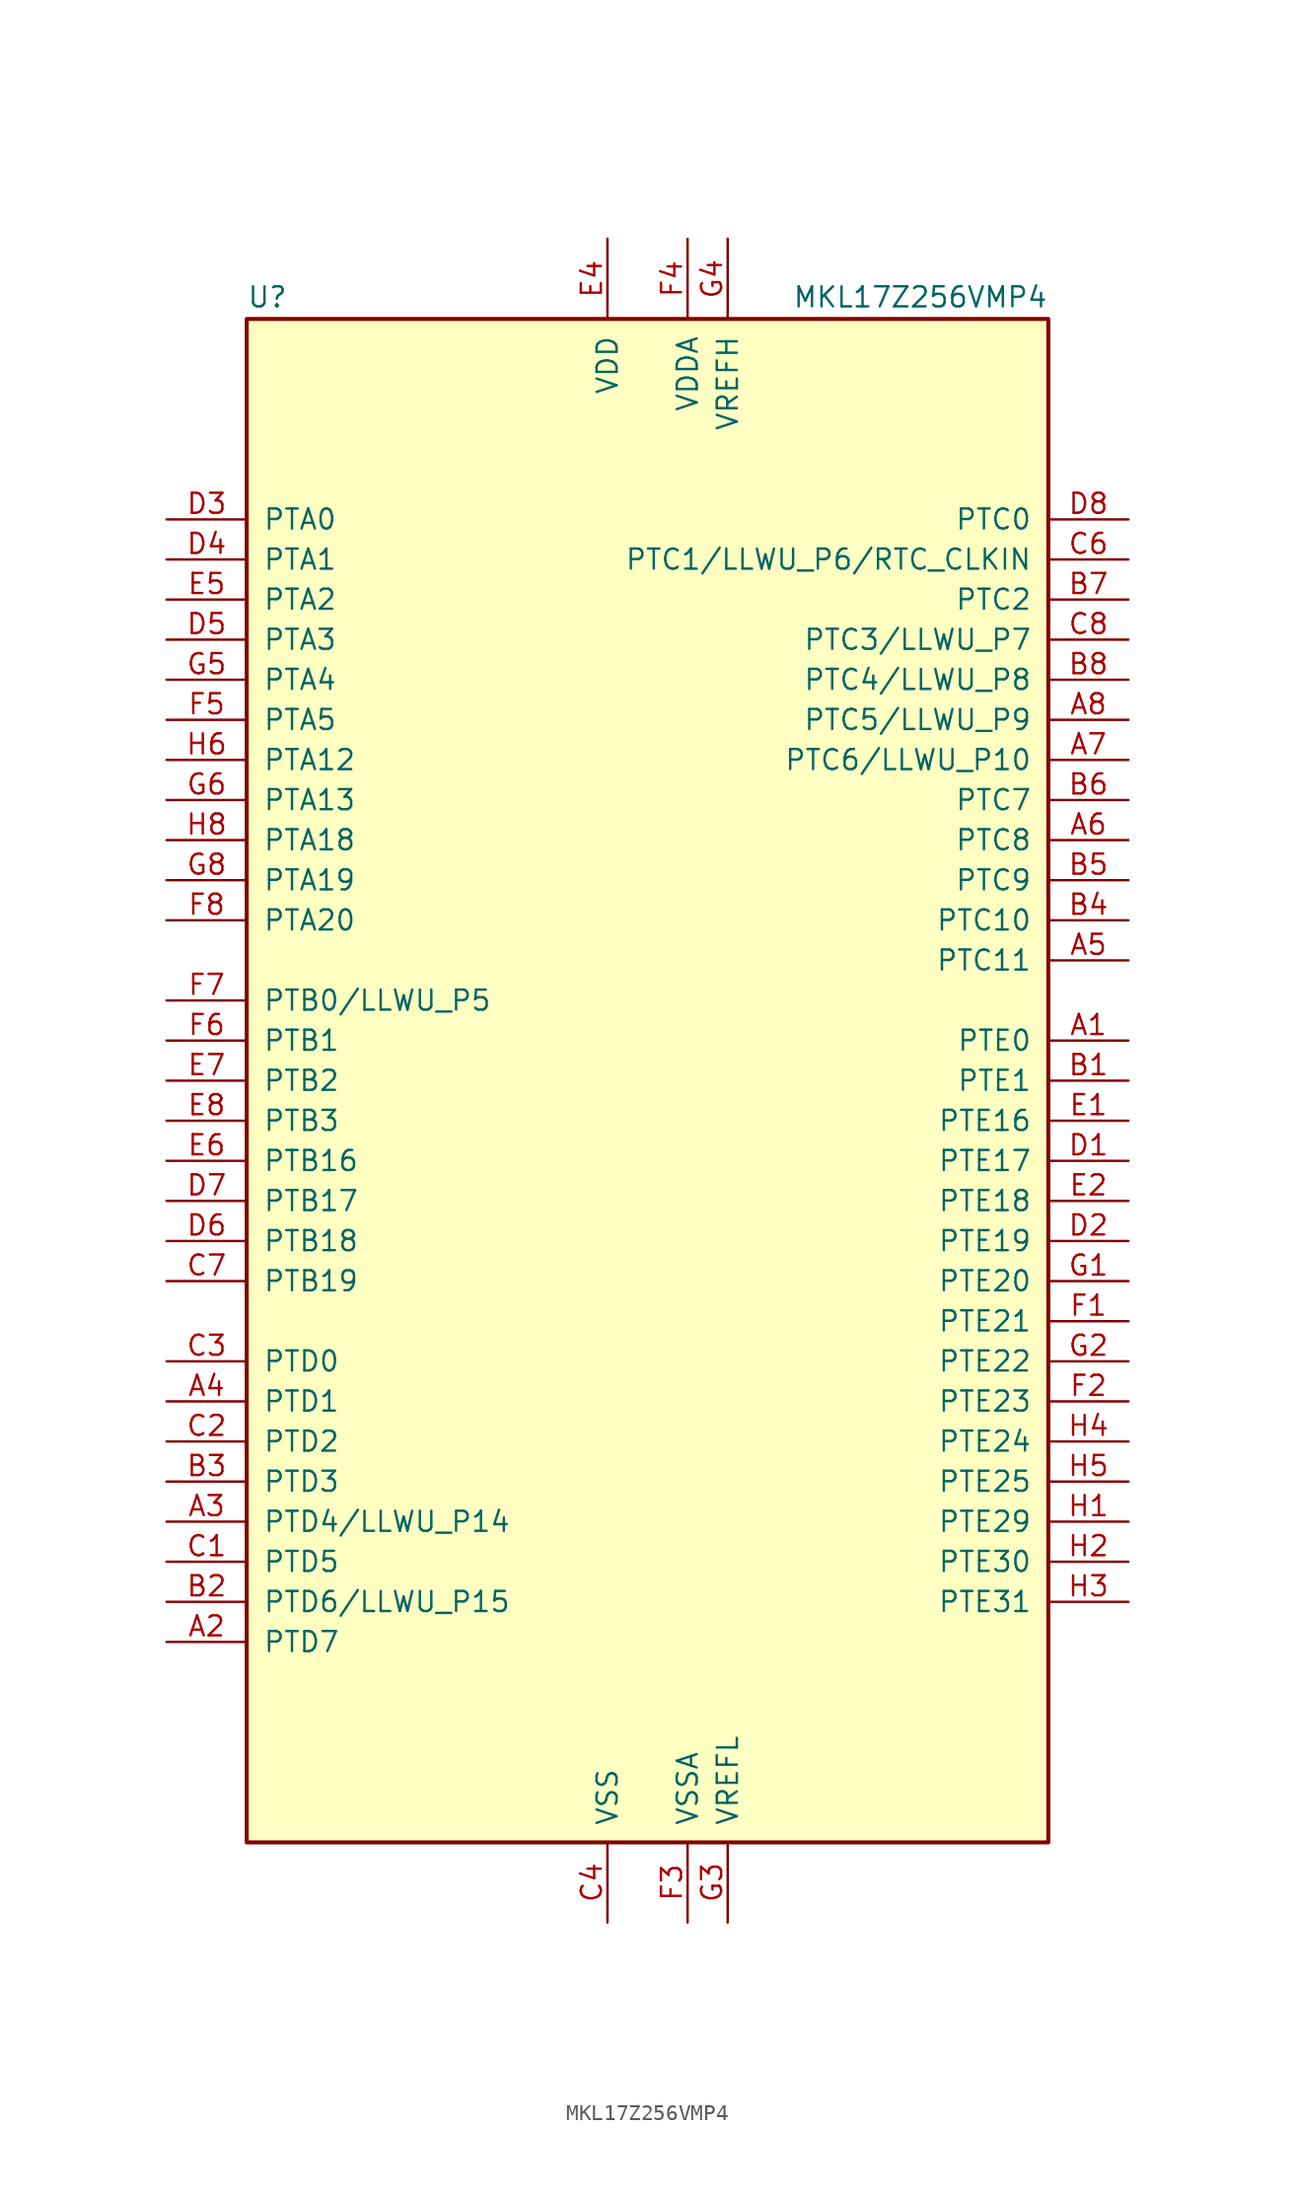
<source format=kicad_sym>
(kicad_symbol_lib
  (version 20241209)
  (generator "kicad_symbol_editor")
  (generator_version "9.0")
  (symbol "MKL17Z256VMP4"
    (pin_names
      (offset 1.016))
    (property "Reference" "U"
      (at -25.4 48.895 0)
      (effects (font (size 1.27 1.27)) (justify left bottom)))
    (property "Value" "MKL17Z256VMP4"
      (at 25.4 48.895 0)
      (effects (font (size 1.27 1.27)) (justify right bottom)))
    (symbol "MKL17Z256VMP4_0_1"
      (rectangle (start -25.4 48.26) (end 25.4 -48.26) (stroke (width 0.254) (type default)) (fill (type background))))
    (symbol "MKL17Z256VMP4_1_1"
      (pin bidirectional line (at -30.48 35.56 0) (length 5.08) (name "PTA0" (effects (font (size 1.27 1.27)))) (number "D3" (effects (font (size 1.27 1.27)))))
      (pin bidirectional line (at -30.48 33.02 0) (length 5.08) (name "PTA1" (effects (font (size 1.27 1.27)))) (number "D4" (effects (font (size 1.27 1.27)))))
      (pin bidirectional line (at -30.48 30.48 0) (length 5.08) (name "PTA2" (effects (font (size 1.27 1.27)))) (number "E5" (effects (font (size 1.27 1.27)))))
      (pin bidirectional line (at -30.48 27.94 0) (length 5.08) (name "PTA3" (effects (font (size 1.27 1.27)))) (number "D5" (effects (font (size 1.27 1.27)))))
      (pin bidirectional line (at -30.48 25.4 0) (length 5.08) (name "PTA4" (effects (font (size 1.27 1.27)))) (number "G5" (effects (font (size 1.27 1.27)))))
      (pin bidirectional line (at -30.48 22.86 0) (length 5.08) (name "PTA5" (effects (font (size 1.27 1.27)))) (number "F5" (effects (font (size 1.27 1.27)))))
      (pin bidirectional line (at -30.48 20.32 0) (length 5.08) (name "PTA12" (effects (font (size 1.27 1.27)))) (number "H6" (effects (font (size 1.27 1.27)))))
      (pin bidirectional line (at -30.48 17.78 0) (length 5.08) (name "PTA13" (effects (font (size 1.27 1.27)))) (number "G6" (effects (font (size 1.27 1.27)))))
      (pin bidirectional line (at -30.48 15.24 0) (length 5.08) (name "PTA18" (effects (font (size 1.27 1.27)))) (number "H8" (effects (font (size 1.27 1.27)))))
      (pin bidirectional line (at -30.48 12.7 0) (length 5.08) (name "PTA19" (effects (font (size 1.27 1.27)))) (number "G8" (effects (font (size 1.27 1.27)))))
      (pin bidirectional line (at -30.48 10.16 0) (length 5.08) (name "PTA20" (effects (font (size 1.27 1.27)))) (number "F8" (effects (font (size 1.27 1.27)))))
      (pin bidirectional line (at -30.48 5.08 0) (length 5.08) (name "PTB0/LLWU_P5" (effects (font (size 1.27 1.27)))) (number "F7" (effects (font (size 1.27 1.27)))))
      (pin bidirectional line (at -30.48 2.54 0) (length 5.08) (name "PTB1" (effects (font (size 1.27 1.27)))) (number "F6" (effects (font (size 1.27 1.27)))))
      (pin bidirectional line (at -30.48 0 0) (length 5.08) (name "PTB2" (effects (font (size 1.27 1.27)))) (number "E7" (effects (font (size 1.27 1.27)))))
      (pin bidirectional line (at -30.48 -2.54 0) (length 5.08) (name "PTB3" (effects (font (size 1.27 1.27)))) (number "E8" (effects (font (size 1.27 1.27)))))
      (pin bidirectional line (at -30.48 -5.08 0) (length 5.08) (name "PTB16" (effects (font (size 1.27 1.27)))) (number "E6" (effects (font (size 1.27 1.27)))))
      (pin bidirectional line (at -30.48 -7.62 0) (length 5.08) (name "PTB17" (effects (font (size 1.27 1.27)))) (number "D7" (effects (font (size 1.27 1.27)))))
      (pin bidirectional line (at -30.48 -10.16 0) (length 5.08) (name "PTB18" (effects (font (size 1.27 1.27)))) (number "D6" (effects (font (size 1.27 1.27)))))
      (pin bidirectional line (at -30.48 -12.7 0) (length 5.08) (name "PTB19" (effects (font (size 1.27 1.27)))) (number "C7" (effects (font (size 1.27 1.27)))))
      (pin bidirectional line (at -30.48 -17.78 0) (length 5.08) (name "PTD0" (effects (font (size 1.27 1.27)))) (number "C3" (effects (font (size 1.27 1.27)))))
      (pin bidirectional line (at -30.48 -20.32 0) (length 5.08) (name "PTD1" (effects (font (size 1.27 1.27)))) (number "A4" (effects (font (size 1.27 1.27)))))
      (pin bidirectional line (at -30.48 -22.86 0) (length 5.08) (name "PTD2" (effects (font (size 1.27 1.27)))) (number "C2" (effects (font (size 1.27 1.27)))))
      (pin bidirectional line (at -30.48 -25.4 0) (length 5.08) (name "PTD3" (effects (font (size 1.27 1.27)))) (number "B3" (effects (font (size 1.27 1.27)))))
      (pin bidirectional line (at -30.48 -27.94 0) (length 5.08) (name "PTD4/LLWU_P14" (effects (font (size 1.27 1.27)))) (number "A3" (effects (font (size 1.27 1.27)))))
      (pin bidirectional line (at -30.48 -30.48 0) (length 5.08) (name "PTD5" (effects (font (size 1.27 1.27)))) (number "C1" (effects (font (size 1.27 1.27)))))
      (pin bidirectional line (at -30.48 -33.02 0) (length 5.08) (name "PTD6/LLWU_P15" (effects (font (size 1.27 1.27)))) (number "B2" (effects (font (size 1.27 1.27)))))
      (pin bidirectional line (at -30.48 -35.56 0) (length 5.08) (name "PTD7" (effects (font (size 1.27 1.27)))) (number "A2" (effects (font (size 1.27 1.27)))))
      (pin no_connect line (at -15.24 -48.26 90) (length 5.08) (hide yes) (name "NC" (effects (font (size 1.27 1.27)))) (number "C5" (effects (font (size 1.27 1.27)))))
      (pin power_in line (at -2.54 53.34 270) (length 5.08) (name "VDD" (effects (font (size 1.27 1.27)))) (number "E4" (effects (font (size 1.27 1.27)))))
      (pin passive line (at -2.54 53.34 270) (length 5.08) (hide yes) (name "VDD" (effects (font (size 1.27 1.27)))) (number "G7" (effects (font (size 1.27 1.27)))))
      (pin power_in line (at -2.54 -53.34 90) (length 5.08) (name "VSS" (effects (font (size 1.27 1.27)))) (number "C4" (effects (font (size 1.27 1.27)))))
      (pin passive line (at -2.54 -53.34 90) (length 5.08) (hide yes) (name "VSS" (effects (font (size 1.27 1.27)))) (number "E3" (effects (font (size 1.27 1.27)))))
      (pin passive line (at -2.54 -53.34 90) (length 5.08) (hide yes) (name "VSS" (effects (font (size 1.27 1.27)))) (number "H7" (effects (font (size 1.27 1.27)))))
      (pin power_in line (at 2.54 53.34 270) (length 5.08) (name "VDDA" (effects (font (size 1.27 1.27)))) (number "F4" (effects (font (size 1.27 1.27)))))
      (pin power_in line (at 2.54 -53.34 90) (length 5.08) (name "VSSA" (effects (font (size 1.27 1.27)))) (number "F3" (effects (font (size 1.27 1.27)))))
      (pin power_in line (at 5.08 53.34 270) (length 5.08) (name "VREFH" (effects (font (size 1.27 1.27)))) (number "G4" (effects (font (size 1.27 1.27)))))
      (pin power_in line (at 5.08 -53.34 90) (length 5.08) (name "VREFL" (effects (font (size 1.27 1.27)))) (number "G3" (effects (font (size 1.27 1.27)))))
      (pin bidirectional line (at 30.48 35.56 180) (length 5.08) (name "PTC0" (effects (font (size 1.27 1.27)))) (number "D8" (effects (font (size 1.27 1.27)))))
      (pin bidirectional line (at 30.48 33.02 180) (length 5.08) (name "PTC1/LLWU_P6/RTC_CLKIN" (effects (font (size 1.27 1.27)))) (number "C6" (effects (font (size 1.27 1.27)))))
      (pin bidirectional line (at 30.48 30.48 180) (length 5.08) (name "PTC2" (effects (font (size 1.27 1.27)))) (number "B7" (effects (font (size 1.27 1.27)))))
      (pin bidirectional line (at 30.48 27.94 180) (length 5.08) (name "PTC3/LLWU_P7" (effects (font (size 1.27 1.27)))) (number "C8" (effects (font (size 1.27 1.27)))))
      (pin bidirectional line (at 30.48 25.4 180) (length 5.08) (name "PTC4/LLWU_P8" (effects (font (size 1.27 1.27)))) (number "B8" (effects (font (size 1.27 1.27)))))
      (pin bidirectional line (at 30.48 22.86 180) (length 5.08) (name "PTC5/LLWU_P9" (effects (font (size 1.27 1.27)))) (number "A8" (effects (font (size 1.27 1.27)))))
      (pin bidirectional line (at 30.48 20.32 180) (length 5.08) (name "PTC6/LLWU_P10" (effects (font (size 1.27 1.27)))) (number "A7" (effects (font (size 1.27 1.27)))))
      (pin bidirectional line (at 30.48 17.78 180) (length 5.08) (name "PTC7" (effects (font (size 1.27 1.27)))) (number "B6" (effects (font (size 1.27 1.27)))))
      (pin bidirectional line (at 30.48 15.24 180) (length 5.08) (name "PTC8" (effects (font (size 1.27 1.27)))) (number "A6" (effects (font (size 1.27 1.27)))))
      (pin bidirectional line (at 30.48 12.7 180) (length 5.08) (name "PTC9" (effects (font (size 1.27 1.27)))) (number "B5" (effects (font (size 1.27 1.27)))))
      (pin bidirectional line (at 30.48 10.16 180) (length 5.08) (name "PTC10" (effects (font (size 1.27 1.27)))) (number "B4" (effects (font (size 1.27 1.27)))))
      (pin bidirectional line (at 30.48 7.62 180) (length 5.08) (name "PTC11" (effects (font (size 1.27 1.27)))) (number "A5" (effects (font (size 1.27 1.27)))))
      (pin bidirectional line (at 30.48 2.54 180) (length 5.08) (name "PTE0" (effects (font (size 1.27 1.27)))) (number "A1" (effects (font (size 1.27 1.27)))))
      (pin bidirectional line (at 30.48 0 180) (length 5.08) (name "PTE1" (effects (font (size 1.27 1.27)))) (number "B1" (effects (font (size 1.27 1.27)))))
      (pin bidirectional line (at 30.48 -2.54 180) (length 5.08) (name "PTE16" (effects (font (size 1.27 1.27)))) (number "E1" (effects (font (size 1.27 1.27)))))
      (pin bidirectional line (at 30.48 -5.08 180) (length 5.08) (name "PTE17" (effects (font (size 1.27 1.27)))) (number "D1" (effects (font (size 1.27 1.27)))))
      (pin bidirectional line (at 30.48 -7.62 180) (length 5.08) (name "PTE18" (effects (font (size 1.27 1.27)))) (number "E2" (effects (font (size 1.27 1.27)))))
      (pin bidirectional line (at 30.48 -10.16 180) (length 5.08) (name "PTE19" (effects (font (size 1.27 1.27)))) (number "D2" (effects (font (size 1.27 1.27)))))
      (pin bidirectional line (at 30.48 -12.7 180) (length 5.08) (name "PTE20" (effects (font (size 1.27 1.27)))) (number "G1" (effects (font (size 1.27 1.27)))))
      (pin bidirectional line (at 30.48 -15.24 180) (length 5.08) (name "PTE21" (effects (font (size 1.27 1.27)))) (number "F1" (effects (font (size 1.27 1.27)))))
      (pin bidirectional line (at 30.48 -17.78 180) (length 5.08) (name "PTE22" (effects (font (size 1.27 1.27)))) (number "G2" (effects (font (size 1.27 1.27)))))
      (pin bidirectional line (at 30.48 -20.32 180) (length 5.08) (name "PTE23" (effects (font (size 1.27 1.27)))) (number "F2" (effects (font (size 1.27 1.27)))))
      (pin bidirectional line (at 30.48 -22.86 180) (length 5.08) (name "PTE24" (effects (font (size 1.27 1.27)))) (number "H4" (effects (font (size 1.27 1.27)))))
      (pin bidirectional line (at 30.48 -25.4 180) (length 5.08) (name "PTE25" (effects (font (size 1.27 1.27)))) (number "H5" (effects (font (size 1.27 1.27)))))
      (pin bidirectional line (at 30.48 -27.94 180) (length 5.08) (name "PTE29" (effects (font (size 1.27 1.27)))) (number "H1" (effects (font (size 1.27 1.27)))))
      (pin bidirectional line (at 30.48 -30.48 180) (length 5.08) (name "PTE30" (effects (font (size 1.27 1.27)))) (number "H2" (effects (font (size 1.27 1.27)))))
      (pin bidirectional line (at 30.48 -33.02 180) (length 5.08) (name "PTE31" (effects (font (size 1.27 1.27)))) (number "H3" (effects (font (size 1.27 1.27))))))))
</source>
